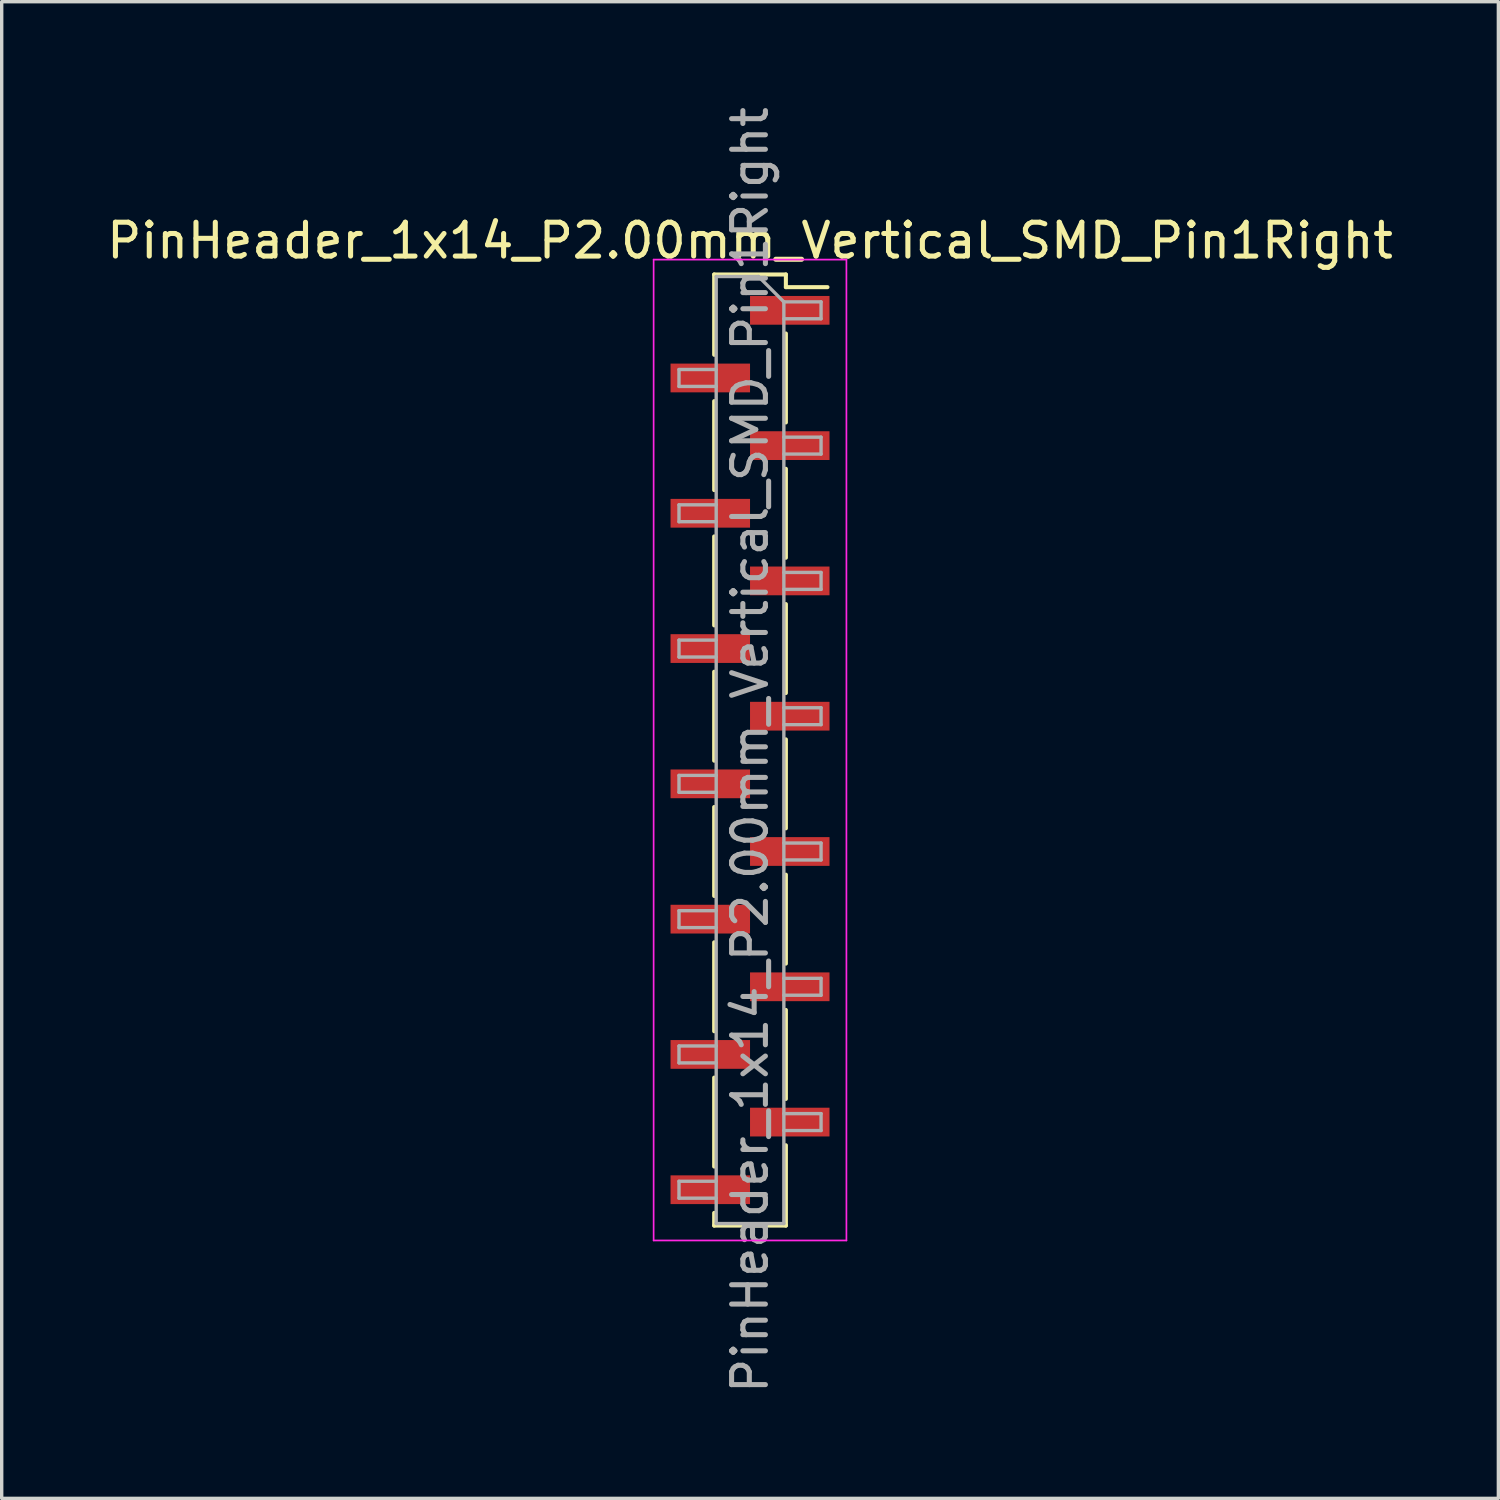
<source format=kicad_pcb>
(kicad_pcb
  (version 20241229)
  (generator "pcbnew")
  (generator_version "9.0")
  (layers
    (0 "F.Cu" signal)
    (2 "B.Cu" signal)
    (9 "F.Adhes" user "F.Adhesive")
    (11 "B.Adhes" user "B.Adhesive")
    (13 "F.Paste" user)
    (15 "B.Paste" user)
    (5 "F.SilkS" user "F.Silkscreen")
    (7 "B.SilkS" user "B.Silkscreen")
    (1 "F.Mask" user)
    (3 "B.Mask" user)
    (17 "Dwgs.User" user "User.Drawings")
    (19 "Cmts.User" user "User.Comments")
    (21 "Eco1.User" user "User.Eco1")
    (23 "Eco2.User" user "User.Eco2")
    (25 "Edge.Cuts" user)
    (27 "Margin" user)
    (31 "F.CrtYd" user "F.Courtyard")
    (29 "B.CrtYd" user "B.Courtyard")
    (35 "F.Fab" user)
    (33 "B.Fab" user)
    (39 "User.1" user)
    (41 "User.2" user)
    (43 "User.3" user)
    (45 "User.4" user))
  (footprint "PinHeader_1x14_P2.00mm_Vertical_SMD_Pin1Right"
    (layer "F.Cu")
    (at 19.125 19.125)
    (property "Reference" "PinHeader_1x14_P2.00mm_Vertical_SMD_Pin1Right" (at 0 -15.06 0) (layer "F.SilkS") (effects (font (size 1 1) (thickness 0.15))))
    (attr smd)
    (fp_line (start -1.06 -14.06) (end -1.06 -11.685) (stroke (width 0.12) (type solid)) (layer "F.SilkS"))
    (fp_line (start -1.06 -14.06) (end 1.06 -14.06) (stroke (width 0.12) (type solid)) (layer "F.SilkS"))
    (fp_line (start -1.06 -10.315) (end -1.06 -7.685) (stroke (width 0.12) (type solid)) (layer "F.SilkS"))
    (fp_line (start -1.06 -6.315) (end -1.06 -3.685) (stroke (width 0.12) (type solid)) (layer "F.SilkS"))
    (fp_line (start -1.06 -2.315) (end -1.06 0.315) (stroke (width 0.12) (type solid)) (layer "F.SilkS"))
    (fp_line (start -1.06 1.685) (end -1.06 4.315) (stroke (width 0.12) (type solid)) (layer "F.SilkS"))
    (fp_line (start -1.06 5.685) (end -1.06 8.315) (stroke (width 0.12) (type solid)) (layer "F.SilkS"))
    (fp_line (start -1.06 9.685) (end -1.06 12.315) (stroke (width 0.12) (type solid)) (layer "F.SilkS"))
    (fp_line (start -1.06 13.685) (end -1.06 14.06) (stroke (width 0.12) (type solid)) (layer "F.SilkS"))
    (fp_line (start -1.06 14.06) (end 1.06 14.06) (stroke (width 0.12) (type solid)) (layer "F.SilkS"))
    (fp_line (start 1.06 -14.06) (end 1.06 -13.685) (stroke (width 0.12) (type solid)) (layer "F.SilkS"))
    (fp_line (start 1.06 -13.685) (end 2.29 -13.685) (stroke (width 0.12) (type solid)) (layer "F.SilkS"))
    (fp_line (start 1.06 -12.315) (end 1.06 -9.685) (stroke (width 0.12) (type solid)) (layer "F.SilkS"))
    (fp_line (start 1.06 -8.315) (end 1.06 -5.685) (stroke (width 0.12) (type solid)) (layer "F.SilkS"))
    (fp_line (start 1.06 -4.315) (end 1.06 -1.685) (stroke (width 0.12) (type solid)) (layer "F.SilkS"))
    (fp_line (start 1.06 -0.315) (end 1.06 2.315) (stroke (width 0.12) (type solid)) (layer "F.SilkS"))
    (fp_line (start 1.06 3.685) (end 1.06 6.315) (stroke (width 0.12) (type solid)) (layer "F.SilkS"))
    (fp_line (start 1.06 7.685) (end 1.06 10.315) (stroke (width 0.12) (type solid)) (layer "F.SilkS"))
    (fp_line (start 1.06 11.685) (end 1.06 14.06) (stroke (width 0.12) (type solid)) (layer "F.SilkS"))
    (fp_line (start -2.85 -14.5) (end -2.85 14.5) (stroke (width 0.05) (type solid)) (layer "F.CrtYd"))
    (fp_line (start -2.85 14.5) (end 2.85 14.5) (stroke (width 0.05) (type solid)) (layer "F.CrtYd"))
    (fp_line (start 2.85 -14.5) (end -2.85 -14.5) (stroke (width 0.05) (type solid)) (layer "F.CrtYd"))
    (fp_line (start 2.85 14.5) (end 2.85 -14.5) (stroke (width 0.05) (type solid)) (layer "F.CrtYd"))
    (fp_line (start -2.1 -11.25) (end -2.1 -10.75) (stroke (width 0.1) (type solid)) (layer "F.Fab"))
    (fp_line (start -2.1 -10.75) (end -1 -10.75) (stroke (width 0.1) (type solid)) (layer "F.Fab"))
    (fp_line (start -2.1 -7.25) (end -2.1 -6.75) (stroke (width 0.1) (type solid)) (layer "F.Fab"))
    (fp_line (start -2.1 -6.75) (end -1 -6.75) (stroke (width 0.1) (type solid)) (layer "F.Fab"))
    (fp_line (start -2.1 -3.25) (end -2.1 -2.75) (stroke (width 0.1) (type solid)) (layer "F.Fab"))
    (fp_line (start -2.1 -2.75) (end -1 -2.75) (stroke (width 0.1) (type solid)) (layer "F.Fab"))
    (fp_line (start -2.1 0.75) (end -2.1 1.25) (stroke (width 0.1) (type solid)) (layer "F.Fab"))
    (fp_line (start -2.1 1.25) (end -1 1.25) (stroke (width 0.1) (type solid)) (layer "F.Fab"))
    (fp_line (start -2.1 4.75) (end -2.1 5.25) (stroke (width 0.1) (type solid)) (layer "F.Fab"))
    (fp_line (start -2.1 5.25) (end -1 5.25) (stroke (width 0.1) (type solid)) (layer "F.Fab"))
    (fp_line (start -2.1 8.75) (end -2.1 9.25) (stroke (width 0.1) (type solid)) (layer "F.Fab"))
    (fp_line (start -2.1 9.25) (end -1 9.25) (stroke (width 0.1) (type solid)) (layer "F.Fab"))
    (fp_line (start -2.1 12.75) (end -2.1 13.25) (stroke (width 0.1) (type solid)) (layer "F.Fab"))
    (fp_line (start -2.1 13.25) (end -1 13.25) (stroke (width 0.1) (type solid)) (layer "F.Fab"))
    (fp_line (start -1 -14) (end -1 14) (stroke (width 0.1) (type solid)) (layer "F.Fab"))
    (fp_line (start -1 -14) (end 0.25 -14) (stroke (width 0.1) (type solid)) (layer "F.Fab"))
    (fp_line (start -1 -11.25) (end -2.1 -11.25) (stroke (width 0.1) (type solid)) (layer "F.Fab"))
    (fp_line (start -1 -7.25) (end -2.1 -7.25) (stroke (width 0.1) (type solid)) (layer "F.Fab"))
    (fp_line (start -1 -3.25) (end -2.1 -3.25) (stroke (width 0.1) (type solid)) (layer "F.Fab"))
    (fp_line (start -1 0.75) (end -2.1 0.75) (stroke (width 0.1) (type solid)) (layer "F.Fab"))
    (fp_line (start -1 4.75) (end -2.1 4.75) (stroke (width 0.1) (type solid)) (layer "F.Fab"))
    (fp_line (start -1 8.75) (end -2.1 8.75) (stroke (width 0.1) (type solid)) (layer "F.Fab"))
    (fp_line (start -1 12.75) (end -2.1 12.75) (stroke (width 0.1) (type solid)) (layer "F.Fab"))
    (fp_line (start 1 -13.25) (end 0.25 -14) (stroke (width 0.1) (type solid)) (layer "F.Fab"))
    (fp_line (start 1 -13.25) (end 2.1 -13.25) (stroke (width 0.1) (type solid)) (layer "F.Fab"))
    (fp_line (start 1 -9.25) (end 2.1 -9.25) (stroke (width 0.1) (type solid)) (layer "F.Fab"))
    (fp_line (start 1 -5.25) (end 2.1 -5.25) (stroke (width 0.1) (type solid)) (layer "F.Fab"))
    (fp_line (start 1 -1.25) (end 2.1 -1.25) (stroke (width 0.1) (type solid)) (layer "F.Fab"))
    (fp_line (start 1 2.75) (end 2.1 2.75) (stroke (width 0.1) (type solid)) (layer "F.Fab"))
    (fp_line (start 1 6.75) (end 2.1 6.75) (stroke (width 0.1) (type solid)) (layer "F.Fab"))
    (fp_line (start 1 10.75) (end 2.1 10.75) (stroke (width 0.1) (type solid)) (layer "F.Fab"))
    (fp_line (start 1 14) (end -1 14) (stroke (width 0.1) (type solid)) (layer "F.Fab"))
    (fp_line (start 1 14) (end 1 -13.25) (stroke (width 0.1) (type solid)) (layer "F.Fab"))
    (fp_line (start 2.1 -13.25) (end 2.1 -12.75) (stroke (width 0.1) (type solid)) (layer "F.Fab"))
    (fp_line (start 2.1 -12.75) (end 1 -12.75) (stroke (width 0.1) (type solid)) (layer "F.Fab"))
    (fp_line (start 2.1 -9.25) (end 2.1 -8.75) (stroke (width 0.1) (type solid)) (layer "F.Fab"))
    (fp_line (start 2.1 -8.75) (end 1 -8.75) (stroke (width 0.1) (type solid)) (layer "F.Fab"))
    (fp_line (start 2.1 -5.25) (end 2.1 -4.75) (stroke (width 0.1) (type solid)) (layer "F.Fab"))
    (fp_line (start 2.1 -4.75) (end 1 -4.75) (stroke (width 0.1) (type solid)) (layer "F.Fab"))
    (fp_line (start 2.1 -1.25) (end 2.1 -0.75) (stroke (width 0.1) (type solid)) (layer "F.Fab"))
    (fp_line (start 2.1 -0.75) (end 1 -0.75) (stroke (width 0.1) (type solid)) (layer "F.Fab"))
    (fp_line (start 2.1 2.75) (end 2.1 3.25) (stroke (width 0.1) (type solid)) (layer "F.Fab"))
    (fp_line (start 2.1 3.25) (end 1 3.25) (stroke (width 0.1) (type solid)) (layer "F.Fab"))
    (fp_line (start 2.1 6.75) (end 2.1 7.25) (stroke (width 0.1) (type solid)) (layer "F.Fab"))
    (fp_line (start 2.1 7.25) (end 1 7.25) (stroke (width 0.1) (type solid)) (layer "F.Fab"))
    (fp_line (start 2.1 10.75) (end 2.1 11.25) (stroke (width 0.1) (type solid)) (layer "F.Fab"))
    (fp_line (start 2.1 11.25) (end 1 11.25) (stroke (width 0.1) (type solid)) (layer "F.Fab"))
    (fp_text user "${REFERENCE}" (at 0 0 90) (layer "F.Fab") (effects (font (size 1 1) (thickness 0.15))))
    (pad "1" smd rect (at 1.175 -13) (size 2.35 0.85) (layers "F.Cu" "F.Mask" "F.Paste"))
    (pad "2" smd rect (at -1.175 -11) (size 2.35 0.85) (layers "F.Cu" "F.Mask" "F.Paste"))
    (pad "3" smd rect (at 1.175 -9) (size 2.35 0.85) (layers "F.Cu" "F.Mask" "F.Paste"))
    (pad "4" smd rect (at -1.175 -7) (size 2.35 0.85) (layers "F.Cu" "F.Mask" "F.Paste"))
    (pad "5" smd rect (at 1.175 -5) (size 2.35 0.85) (layers "F.Cu" "F.Mask" "F.Paste"))
    (pad "6" smd rect (at -1.175 -3) (size 2.35 0.85) (layers "F.Cu" "F.Mask" "F.Paste"))
    (pad "7" smd rect (at 1.175 -1) (size 2.35 0.85) (layers "F.Cu" "F.Mask" "F.Paste"))
    (pad "8" smd rect (at -1.175 1) (size 2.35 0.85) (layers "F.Cu" "F.Mask" "F.Paste"))
    (pad "9" smd rect (at 1.175 3) (size 2.35 0.85) (layers "F.Cu" "F.Mask" "F.Paste"))
    (pad "10" smd rect (at -1.175 5) (size 2.35 0.85) (layers "F.Cu" "F.Mask" "F.Paste"))
    (pad "11" smd rect (at 1.175 7) (size 2.35 0.85) (layers "F.Cu" "F.Mask" "F.Paste"))
    (pad "12" smd rect (at -1.175 9) (size 2.35 0.85) (layers "F.Cu" "F.Mask" "F.Paste"))
    (pad "13" smd rect (at 1.175 11) (size 2.35 0.85) (layers "F.Cu" "F.Mask" "F.Paste"))
    (pad "14" smd rect (at -1.175 13) (size 2.35 0.85) (layers "F.Cu" "F.Mask" "F.Paste")))
  (gr_rect
    (start -3 -3)
    (end 41.25 41.25)
    (stroke (width 0.1) (type default))
    (fill no)
    (layer "Edge.Cuts")))
</source>
